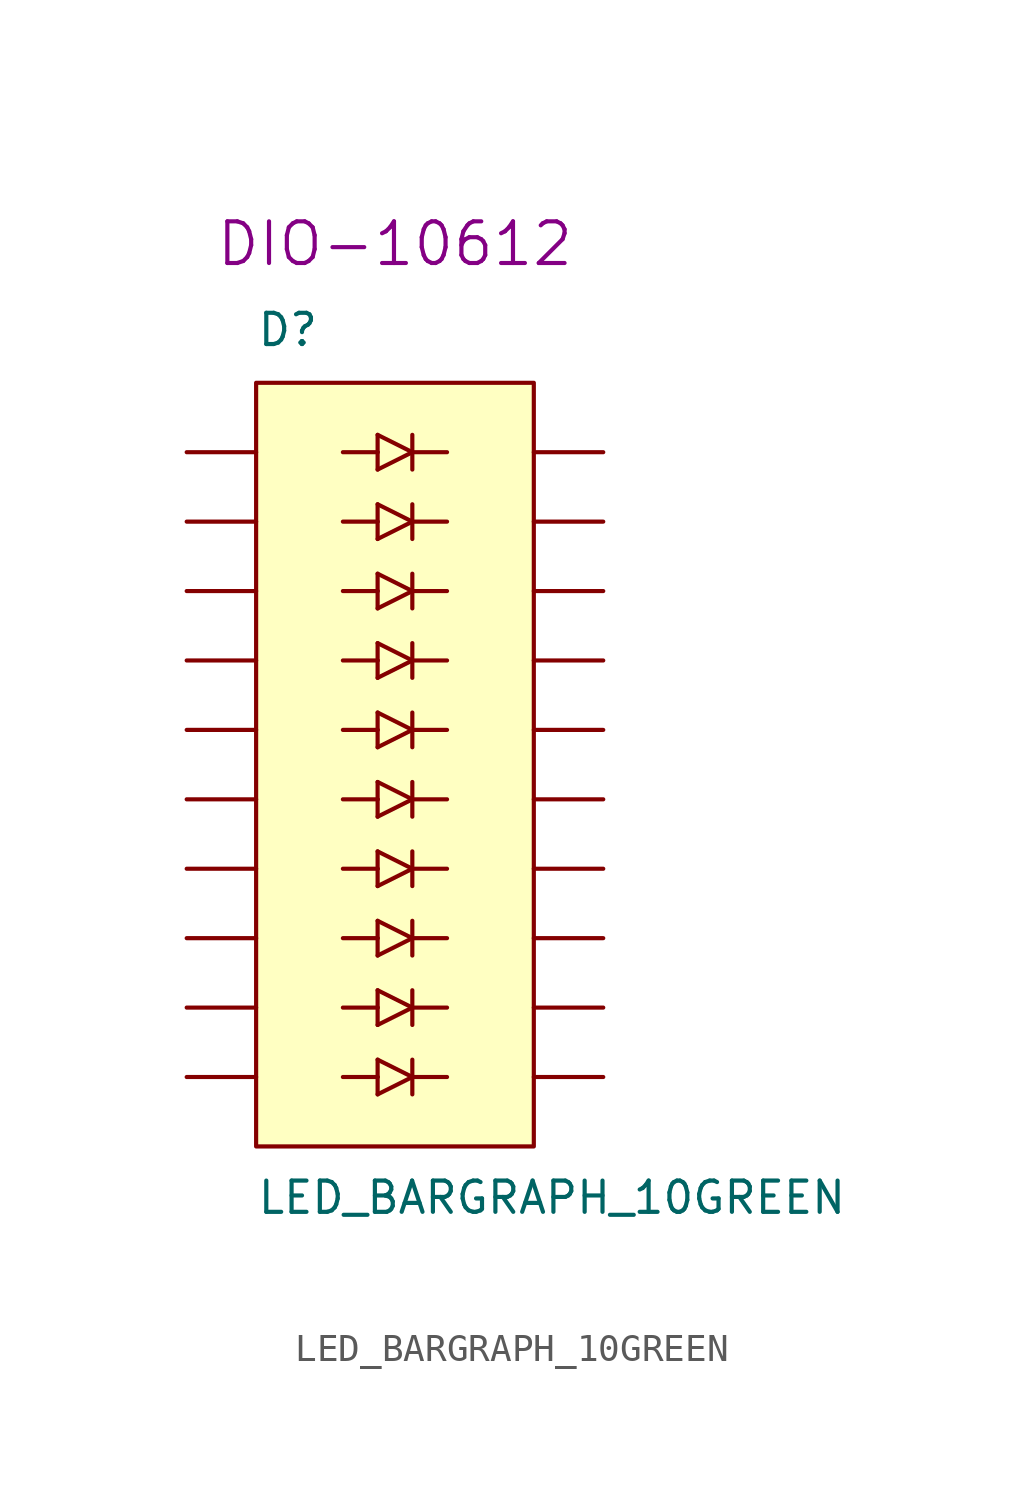
<source format=kicad_sym>
(kicad_symbol_lib
  (version 20220914)
  (generator kicad_symbol_editor)
  (symbol "LED_BARGRAPH_10GREEN"
    (pin_numbers hide)
    (pin_names
      (offset 1.016) hide)
    (property "Reference" "D"
      (at -5.08 13.97 0)
      (effects (font (size 1.143 1.143)) (justify left bottom)))
    (property "Value" "LED_BARGRAPH_10GREEN"
      (at -5.08 -17.78 0)
      (effects (font (size 1.143 1.143)) (justify left bottom)))
    (property "Field4" "DIO-10612"
      (at 0 17.78 0)
      (effects (font (size 1.524 1.524))))
    (property "ki_locked" ""
      (at 0 0 0)
      (effects (font (size 1.27 1.27))))
    (symbol "LED_BARGRAPH_10GREEN_1_0"
      (polyline (pts (xy -1.905 -12.7) (xy -0.635 -12.7)) (stroke (width 0) (type solid)) (fill (type none)))
      (polyline (pts (xy -1.905 -10.16) (xy -0.635 -10.16)) (stroke (width 0) (type solid)) (fill (type none)))
      (polyline (pts (xy -1.905 -7.62) (xy -0.635 -7.62)) (stroke (width 0) (type solid)) (fill (type none)))
      (polyline (pts (xy -1.905 -5.08) (xy -0.635 -5.08)) (stroke (width 0) (type solid)) (fill (type none)))
      (polyline (pts (xy -1.905 -2.54) (xy -0.635 -2.54)) (stroke (width 0) (type solid)) (fill (type none)))
      (polyline (pts (xy -1.905 0) (xy -0.635 0)) (stroke (width 0) (type solid)) (fill (type none)))
      (polyline (pts (xy -1.905 2.54) (xy -0.635 2.54)) (stroke (width 0) (type solid)) (fill (type none)))
      (polyline (pts (xy -1.905 5.08) (xy -0.635 5.08)) (stroke (width 0) (type solid)) (fill (type none)))
      (polyline (pts (xy -1.905 7.62) (xy -0.635 7.62)) (stroke (width 0) (type solid)) (fill (type none)))
      (polyline (pts (xy -1.905 10.16) (xy -0.635 10.16)) (stroke (width 0) (type solid)) (fill (type none)))
      (polyline (pts (xy -0.635 -12.7) (xy -0.635 -13.335)) (stroke (width 0) (type solid)) (fill (type none)))
      (polyline (pts (xy -0.635 -12.065) (xy -0.635 -12.7)) (stroke (width 0) (type solid)) (fill (type none)))
      (polyline (pts (xy -0.635 -12.065) (xy 0.635 -12.7)) (stroke (width 0) (type solid)) (fill (type none)))
      (polyline (pts (xy -0.635 -10.16) (xy -0.635 -10.795)) (stroke (width 0) (type solid)) (fill (type none)))
      (polyline (pts (xy -0.635 -9.525) (xy -0.635 -10.16)) (stroke (width 0) (type solid)) (fill (type none)))
      (polyline (pts (xy -0.635 -9.525) (xy 0.635 -10.16)) (stroke (width 0) (type solid)) (fill (type none)))
      (polyline (pts (xy -0.635 -7.62) (xy -0.635 -8.255)) (stroke (width 0) (type solid)) (fill (type none)))
      (polyline (pts (xy -0.635 -6.985) (xy -0.635 -7.62)) (stroke (width 0) (type solid)) (fill (type none)))
      (polyline (pts (xy -0.635 -6.985) (xy 0.635 -7.62)) (stroke (width 0) (type solid)) (fill (type none)))
      (polyline (pts (xy -0.635 -5.08) (xy -0.635 -5.715)) (stroke (width 0) (type solid)) (fill (type none)))
      (polyline (pts (xy -0.635 -4.445) (xy -0.635 -5.08)) (stroke (width 0) (type solid)) (fill (type none)))
      (polyline (pts (xy -0.635 -4.445) (xy 0.635 -5.08)) (stroke (width 0) (type solid)) (fill (type none)))
      (polyline (pts (xy -0.635 -2.54) (xy -0.635 -3.175)) (stroke (width 0) (type solid)) (fill (type none)))
      (polyline (pts (xy -0.635 -1.905) (xy -0.635 -2.54)) (stroke (width 0) (type solid)) (fill (type none)))
      (polyline (pts (xy -0.635 -1.905) (xy 0.635 -2.54)) (stroke (width 0) (type solid)) (fill (type none)))
      (polyline (pts (xy -0.635 0) (xy -0.635 -0.635)) (stroke (width 0) (type solid)) (fill (type none)))
      (polyline (pts (xy -0.635 0.635) (xy -0.635 0)) (stroke (width 0) (type solid)) (fill (type none)))
      (polyline (pts (xy -0.635 0.635) (xy 0.635 0)) (stroke (width 0) (type solid)) (fill (type none)))
      (polyline (pts (xy -0.635 2.54) (xy -0.635 1.905)) (stroke (width 0) (type solid)) (fill (type none)))
      (polyline (pts (xy -0.635 3.175) (xy -0.635 2.54)) (stroke (width 0) (type solid)) (fill (type none)))
      (polyline (pts (xy -0.635 3.175) (xy 0.635 2.54)) (stroke (width 0) (type solid)) (fill (type none)))
      (polyline (pts (xy -0.635 5.08) (xy -0.635 4.445)) (stroke (width 0) (type solid)) (fill (type none)))
      (polyline (pts (xy -0.635 5.715) (xy -0.635 5.08)) (stroke (width 0) (type solid)) (fill (type none)))
      (polyline (pts (xy -0.635 5.715) (xy 0.635 5.08)) (stroke (width 0) (type solid)) (fill (type none)))
      (polyline (pts (xy -0.635 7.62) (xy -0.635 6.985)) (stroke (width 0) (type solid)) (fill (type none)))
      (polyline (pts (xy -0.635 8.255) (xy -0.635 7.62)) (stroke (width 0) (type solid)) (fill (type none)))
      (polyline (pts (xy -0.635 8.255) (xy 0.635 7.62)) (stroke (width 0) (type solid)) (fill (type none)))
      (polyline (pts (xy -0.635 10.16) (xy -0.635 9.525)) (stroke (width 0) (type solid)) (fill (type none)))
      (polyline (pts (xy -0.635 10.795) (xy -0.635 10.16)) (stroke (width 0) (type solid)) (fill (type none)))
      (polyline (pts (xy -0.635 10.795) (xy 0.635 10.16)) (stroke (width 0) (type solid)) (fill (type none)))
      (polyline (pts (xy 0.635 -12.7) (xy -0.635 -13.335)) (stroke (width 0) (type solid)) (fill (type none)))
      (polyline (pts (xy 0.635 -12.7) (xy 0.635 -13.335)) (stroke (width 0) (type solid)) (fill (type none)))
      (polyline (pts (xy 0.635 -12.7) (xy 1.905 -12.7)) (stroke (width 0) (type solid)) (fill (type none)))
      (polyline (pts (xy 0.635 -12.065) (xy 0.635 -12.7)) (stroke (width 0) (type solid)) (fill (type none)))
      (polyline (pts (xy 0.635 -10.16) (xy -0.635 -10.795)) (stroke (width 0) (type solid)) (fill (type none)))
      (polyline (pts (xy 0.635 -10.16) (xy 0.635 -10.795)) (stroke (width 0) (type solid)) (fill (type none)))
      (polyline (pts (xy 0.635 -10.16) (xy 1.905 -10.16)) (stroke (width 0) (type solid)) (fill (type none)))
      (polyline (pts (xy 0.635 -9.525) (xy 0.635 -10.16)) (stroke (width 0) (type solid)) (fill (type none)))
      (polyline (pts (xy 0.635 -7.62) (xy -0.635 -8.255)) (stroke (width 0) (type solid)) (fill (type none)))
      (polyline (pts (xy 0.635 -7.62) (xy 0.635 -8.255)) (stroke (width 0) (type solid)) (fill (type none)))
      (polyline (pts (xy 0.635 -7.62) (xy 1.905 -7.62)) (stroke (width 0) (type solid)) (fill (type none)))
      (polyline (pts (xy 0.635 -6.985) (xy 0.635 -7.62)) (stroke (width 0) (type solid)) (fill (type none)))
      (polyline (pts (xy 0.635 -5.08) (xy -0.635 -5.715)) (stroke (width 0) (type solid)) (fill (type none)))
      (polyline (pts (xy 0.635 -5.08) (xy 0.635 -5.715)) (stroke (width 0) (type solid)) (fill (type none)))
      (polyline (pts (xy 0.635 -5.08) (xy 1.905 -5.08)) (stroke (width 0) (type solid)) (fill (type none)))
      (polyline (pts (xy 0.635 -4.445) (xy 0.635 -5.08)) (stroke (width 0) (type solid)) (fill (type none)))
      (polyline (pts (xy 0.635 -2.54) (xy -0.635 -3.175)) (stroke (width 0) (type solid)) (fill (type none)))
      (polyline (pts (xy 0.635 -2.54) (xy 0.635 -3.175)) (stroke (width 0) (type solid)) (fill (type none)))
      (polyline (pts (xy 0.635 -2.54) (xy 1.905 -2.54)) (stroke (width 0) (type solid)) (fill (type none)))
      (polyline (pts (xy 0.635 -1.905) (xy 0.635 -2.54)) (stroke (width 0) (type solid)) (fill (type none)))
      (polyline (pts (xy 0.635 0) (xy -0.635 -0.635)) (stroke (width 0) (type solid)) (fill (type none)))
      (polyline (pts (xy 0.635 0) (xy 0.635 -0.635)) (stroke (width 0) (type solid)) (fill (type none)))
      (polyline (pts (xy 0.635 0) (xy 1.905 0)) (stroke (width 0) (type solid)) (fill (type none)))
      (polyline (pts (xy 0.635 0.635) (xy 0.635 0)) (stroke (width 0) (type solid)) (fill (type none)))
      (polyline (pts (xy 0.635 2.54) (xy -0.635 1.905)) (stroke (width 0) (type solid)) (fill (type none)))
      (polyline (pts (xy 0.635 2.54) (xy 0.635 1.905)) (stroke (width 0) (type solid)) (fill (type none)))
      (polyline (pts (xy 0.635 2.54) (xy 1.905 2.54)) (stroke (width 0) (type solid)) (fill (type none)))
      (polyline (pts (xy 0.635 3.175) (xy 0.635 2.54)) (stroke (width 0) (type solid)) (fill (type none)))
      (polyline (pts (xy 0.635 5.08) (xy -0.635 4.445)) (stroke (width 0) (type solid)) (fill (type none)))
      (polyline (pts (xy 0.635 5.08) (xy 0.635 4.445)) (stroke (width 0) (type solid)) (fill (type none)))
      (polyline (pts (xy 0.635 5.08) (xy 1.905 5.08)) (stroke (width 0) (type solid)) (fill (type none)))
      (polyline (pts (xy 0.635 5.715) (xy 0.635 5.08)) (stroke (width 0) (type solid)) (fill (type none)))
      (polyline (pts (xy 0.635 7.62) (xy -0.635 6.985)) (stroke (width 0) (type solid)) (fill (type none)))
      (polyline (pts (xy 0.635 7.62) (xy 0.635 6.985)) (stroke (width 0) (type solid)) (fill (type none)))
      (polyline (pts (xy 0.635 7.62) (xy 1.905 7.62)) (stroke (width 0) (type solid)) (fill (type none)))
      (polyline (pts (xy 0.635 8.255) (xy 0.635 7.62)) (stroke (width 0) (type solid)) (fill (type none)))
      (polyline (pts (xy 0.635 10.16) (xy -0.635 9.525)) (stroke (width 0) (type solid)) (fill (type none)))
      (polyline (pts (xy 0.635 10.16) (xy 0.635 9.525)) (stroke (width 0) (type solid)) (fill (type none)))
      (polyline (pts (xy 0.635 10.16) (xy 1.905 10.16)) (stroke (width 0) (type solid)) (fill (type none)))
      (polyline (pts (xy 0.635 10.795) (xy 0.635 10.16)) (stroke (width 0) (type solid)) (fill (type none))))
    (symbol "LED_BARGRAPH_10GREEN_1_1"
      (polyline (pts (xy -5.08 12.7) (xy 5.08 12.7) (xy 5.08 -15.24) (xy -5.08 -15.24) (xy -5.08 12.7)) (stroke (width 0) (type solid)) (fill (type background)))
      (pin passive line (at -7.62 10.16 0) (length 2.54) (name "A" (effects (font (size 1.016 1.016)))) (number "1" (effects (font (size 1.016 1.016)))))
      (pin passive line (at -7.62 -12.7 0) (length 2.54) (name "A9" (effects (font (size 1.016 1.016)))) (number "10" (effects (font (size 1.016 1.016)))))
      (pin passive line (at 7.62 -12.7 180) (length 2.54) (name "C9" (effects (font (size 1.016 1.016)))) (number "11" (effects (font (size 1.016 1.016)))))
      (pin passive line (at 7.62 -10.16 180) (length 2.54) (name "C8" (effects (font (size 1.016 1.016)))) (number "12" (effects (font (size 1.016 1.016)))))
      (pin passive line (at 7.62 -7.62 180) (length 2.54) (name "C7" (effects (font (size 1.016 1.016)))) (number "13" (effects (font (size 1.016 1.016)))))
      (pin passive line (at 7.62 -5.08 180) (length 2.54) (name "C6" (effects (font (size 1.016 1.016)))) (number "14" (effects (font (size 1.016 1.016)))))
      (pin passive line (at 7.62 -2.54 180) (length 2.54) (name "C5" (effects (font (size 1.016 1.016)))) (number "15" (effects (font (size 1.016 1.016)))))
      (pin passive line (at 7.62 0 180) (length 2.54) (name "C4" (effects (font (size 1.016 1.016)))) (number "16" (effects (font (size 1.016 1.016)))))
      (pin passive line (at 7.62 2.54 180) (length 2.54) (name "C3" (effects (font (size 1.016 1.016)))) (number "17" (effects (font (size 1.016 1.016)))))
      (pin passive line (at 7.62 5.08 180) (length 2.54) (name "C2" (effects (font (size 1.016 1.016)))) (number "18" (effects (font (size 1.016 1.016)))))
      (pin passive line (at 7.62 7.62 180) (length 2.54) (name "C1" (effects (font (size 1.016 1.016)))) (number "19" (effects (font (size 1.016 1.016)))))
      (pin passive line (at -7.62 7.62 0) (length 2.54) (name "A1" (effects (font (size 1.016 1.016)))) (number "2" (effects (font (size 1.016 1.016)))))
      (pin passive line (at 7.62 10.16 180) (length 2.54) (name "C" (effects (font (size 1.016 1.016)))) (number "20" (effects (font (size 1.016 1.016)))))
      (pin passive line (at -7.62 5.08 0) (length 2.54) (name "A2" (effects (font (size 1.016 1.016)))) (number "3" (effects (font (size 1.016 1.016)))))
      (pin passive line (at -7.62 2.54 0) (length 2.54) (name "A3" (effects (font (size 1.016 1.016)))) (number "4" (effects (font (size 1.016 1.016)))))
      (pin passive line (at -7.62 0 0) (length 2.54) (name "A4" (effects (font (size 1.016 1.016)))) (number "5" (effects (font (size 1.016 1.016)))))
      (pin passive line (at -7.62 -2.54 0) (length 2.54) (name "A5" (effects (font (size 1.016 1.016)))) (number "6" (effects (font (size 1.016 1.016)))))
      (pin passive line (at -7.62 -5.08 0) (length 2.54) (name "A6" (effects (font (size 1.016 1.016)))) (number "7" (effects (font (size 1.016 1.016)))))
      (pin passive line (at -7.62 -7.62 0) (length 2.54) (name "A7" (effects (font (size 1.016 1.016)))) (number "8" (effects (font (size 1.016 1.016)))))
      (pin passive line (at -7.62 -10.16 0) (length 2.54) (name "A8" (effects (font (size 1.016 1.016)))) (number "9" (effects (font (size 1.016 1.016))))))))
</source>
